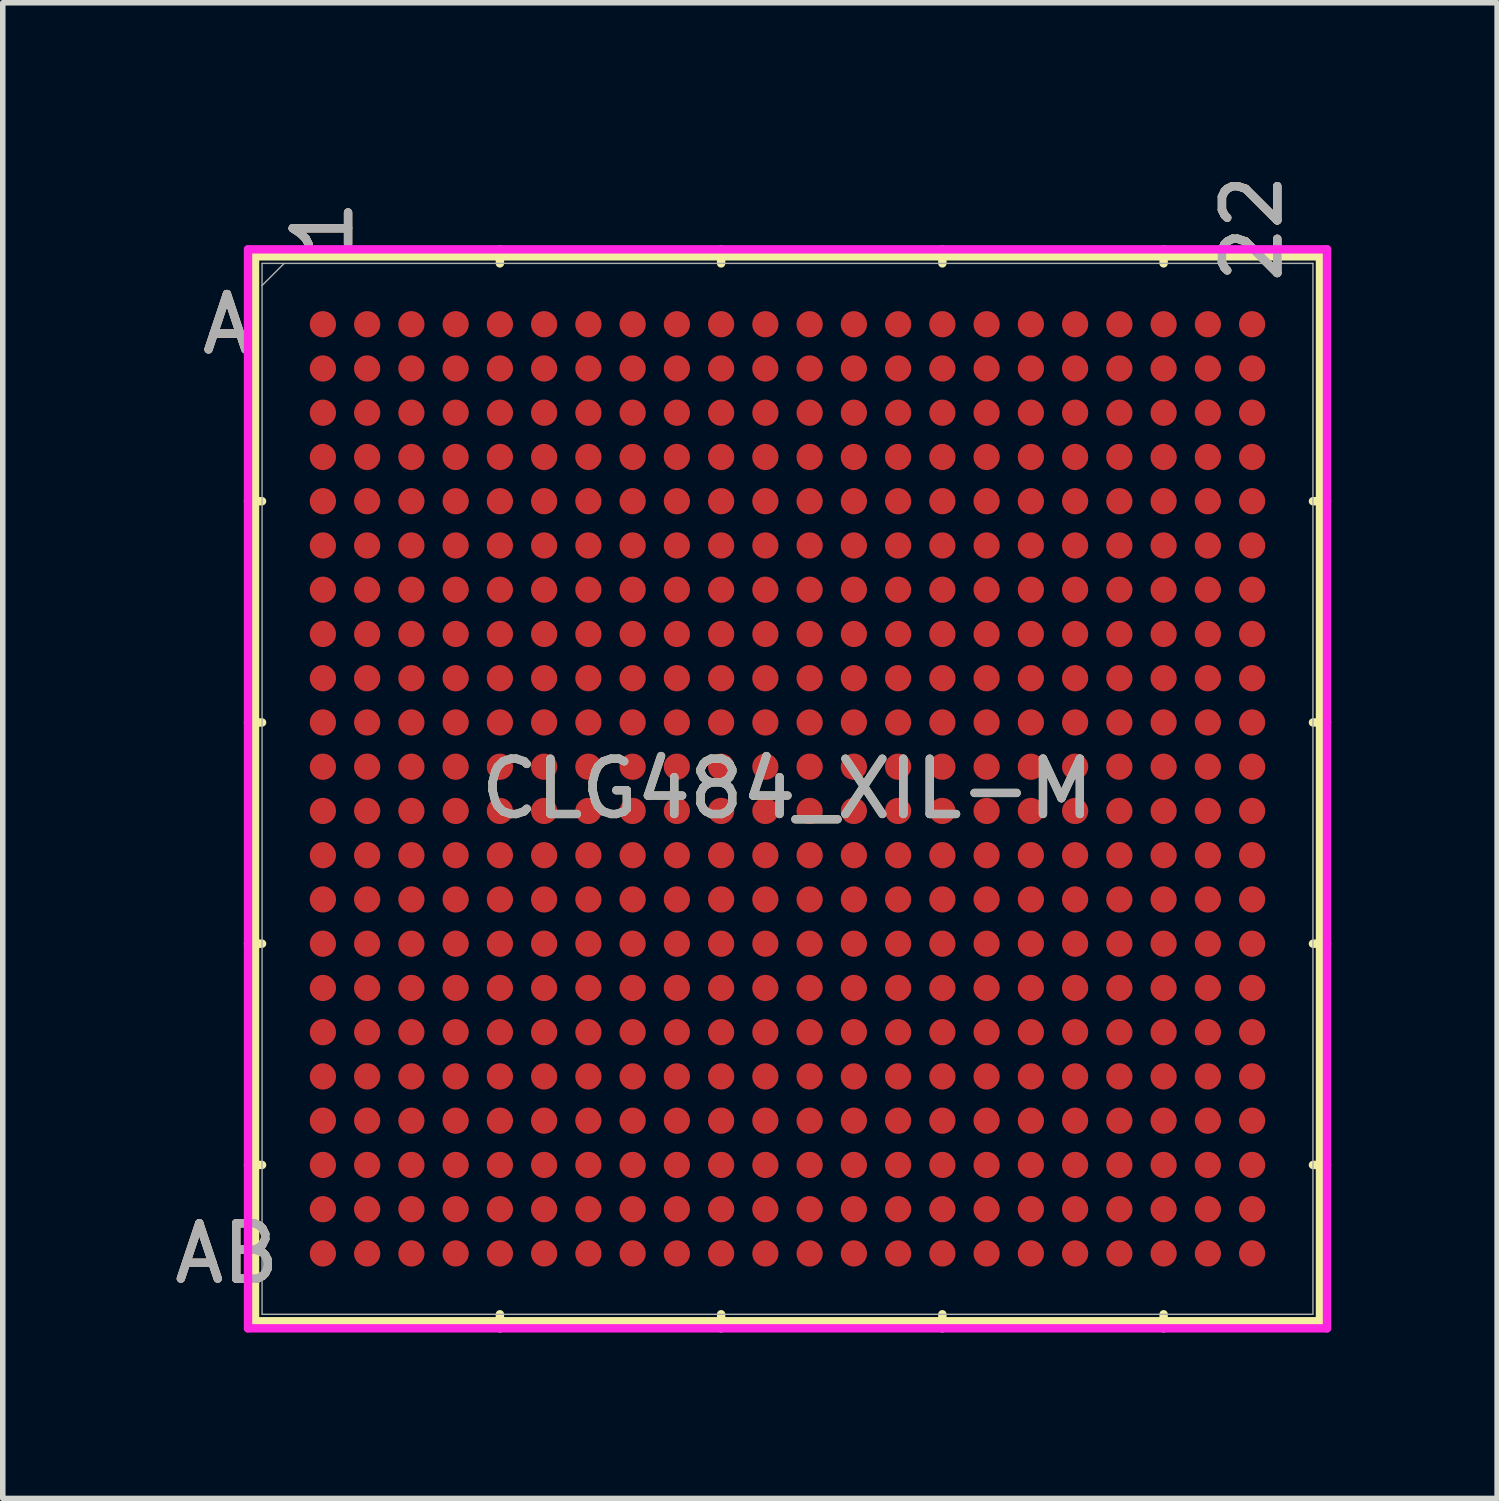
<source format=kicad_pcb>
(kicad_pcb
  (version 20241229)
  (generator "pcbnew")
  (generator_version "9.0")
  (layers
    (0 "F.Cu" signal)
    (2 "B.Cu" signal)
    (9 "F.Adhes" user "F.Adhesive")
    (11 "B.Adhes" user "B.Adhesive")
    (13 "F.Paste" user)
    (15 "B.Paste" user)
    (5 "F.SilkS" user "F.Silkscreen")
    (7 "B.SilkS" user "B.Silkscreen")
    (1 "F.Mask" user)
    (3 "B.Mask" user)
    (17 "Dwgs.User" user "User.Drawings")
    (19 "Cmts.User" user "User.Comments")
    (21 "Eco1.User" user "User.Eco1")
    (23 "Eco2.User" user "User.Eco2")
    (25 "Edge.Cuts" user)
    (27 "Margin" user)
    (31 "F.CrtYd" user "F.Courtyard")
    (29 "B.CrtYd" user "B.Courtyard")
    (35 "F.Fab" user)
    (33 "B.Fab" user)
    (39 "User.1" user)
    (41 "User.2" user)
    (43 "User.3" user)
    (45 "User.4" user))
  (footprint "CLG484_XIL-M"
    (layer "F.Cu")
    (at 11.188 11.212)
    (property "Reference" "CLG484_XIL-M" (at 0 0 0) (unlocked yes) (layer "F.SilkS") (effects (font (size 1 1) (thickness 0.15))))
    (attr smd)
    (fp_line (start -9.627 -9.627) (end -9.627 9.627) (stroke (width 0.152) (type solid)) (layer "F.SilkS"))
    (fp_line (start -9.627 9.627) (end 9.627 9.627) (stroke (width 0.152) (type solid)) (layer "F.SilkS"))
    (fp_line (start -9.5 -5.2) (end -9.754 -5.2) (stroke (width 0.152) (type solid)) (layer "F.SilkS"))
    (fp_line (start -9.5 -1.2) (end -9.754 -1.2) (stroke (width 0.152) (type solid)) (layer "F.SilkS"))
    (fp_line (start -9.5 2.8) (end -9.754 2.8) (stroke (width 0.152) (type solid)) (layer "F.SilkS"))
    (fp_line (start -9.5 6.8) (end -9.754 6.8) (stroke (width 0.152) (type solid)) (layer "F.SilkS"))
    (fp_line (start -5.2 -9.5) (end -5.2 -9.754) (stroke (width 0.152) (type solid)) (layer "F.SilkS"))
    (fp_line (start -5.2 9.5) (end -5.2 9.754) (stroke (width 0.152) (type solid)) (layer "F.SilkS"))
    (fp_line (start -1.2 -9.5) (end -1.2 -9.754) (stroke (width 0.152) (type solid)) (layer "F.SilkS"))
    (fp_line (start -1.2 9.5) (end -1.2 9.754) (stroke (width 0.152) (type solid)) (layer "F.SilkS"))
    (fp_line (start 2.8 -9.5) (end 2.8 -9.754) (stroke (width 0.152) (type solid)) (layer "F.SilkS"))
    (fp_line (start 2.8 9.5) (end 2.8 9.754) (stroke (width 0.152) (type solid)) (layer "F.SilkS"))
    (fp_line (start 6.8 -9.5) (end 6.8 -9.754) (stroke (width 0.152) (type solid)) (layer "F.SilkS"))
    (fp_line (start 6.8 9.5) (end 6.8 9.754) (stroke (width 0.152) (type solid)) (layer "F.SilkS"))
    (fp_line (start 9.5 -5.2) (end 9.754 -5.2) (stroke (width 0.152) (type solid)) (layer "F.SilkS"))
    (fp_line (start 9.5 -1.2) (end 9.754 -1.2) (stroke (width 0.152) (type solid)) (layer "F.SilkS"))
    (fp_line (start 9.5 2.8) (end 9.754 2.8) (stroke (width 0.152) (type solid)) (layer "F.SilkS"))
    (fp_line (start 9.5 6.8) (end 9.754 6.8) (stroke (width 0.152) (type solid)) (layer "F.SilkS"))
    (fp_line (start 9.627 -9.627) (end -9.627 -9.627) (stroke (width 0.152) (type solid)) (layer "F.SilkS"))
    (fp_line (start 9.627 9.627) (end 9.627 -9.627) (stroke (width 0.152) (type solid)) (layer "F.SilkS"))
    (fp_poly (pts (xy -9.244 -9.244) (xy 9.244 -9.244) (xy 9.244 9.244) (xy -9.244 9.244)) (stroke (width 0.1) (type solid)) (fill no) (layer "Eco2.User"))
    (fp_line (start -9.754 -9.754) (end 9.754 -9.754) (stroke (width 0.152) (type solid)) (layer "F.CrtYd"))
    (fp_line (start -9.754 9.754) (end -9.754 -9.754) (stroke (width 0.152) (type solid)) (layer "F.CrtYd"))
    (fp_line (start 9.754 -9.754) (end 9.754 9.754) (stroke (width 0.152) (type solid)) (layer "F.CrtYd"))
    (fp_line (start 9.754 9.754) (end -9.754 9.754) (stroke (width 0.152) (type solid)) (layer "F.CrtYd"))
    (fp_line (start -9.5 -9.5) (end -9.5 9.5) (stroke (width 0.025) (type solid)) (layer "F.Fab"))
    (fp_line (start -9.5 9.5) (end 9.5 9.5) (stroke (width 0.025) (type solid)) (layer "F.Fab"))
    (fp_line (start -9.1 -9.5) (end -9.5 -9.1) (stroke (width 0.025) (type solid)) (layer "F.Fab"))
    (fp_line (start 9.5 -9.5) (end -9.5 -9.5) (stroke (width 0.025) (type solid)) (layer "F.Fab"))
    (fp_line (start 9.5 9.5) (end 9.5 -9.5) (stroke (width 0.025) (type solid)) (layer "F.Fab"))
    (fp_text user "22" (at 8.4 -10.135 90) (unlocked yes) (layer "F.SilkS") (effects (font (size 1 1) (thickness 0.15))))
    (fp_text user "A" (at -10.135 -8.4 0) (unlocked yes) (layer "F.SilkS") (effects (font (size 1 1) (thickness 0.15))))
    (fp_text user "1" (at -8.4 -10.135 90) (unlocked yes) (layer "F.SilkS") (effects (font (size 1 1) (thickness 0.15))))
    (fp_text user "AB" (at -10.135 8.4 0) (unlocked yes) (layer "F.SilkS") (effects (font (size 1 1) (thickness 0.15))))
    (fp_text user "1" (at -8.4 -10.135 90) (unlocked yes) (layer "B.SilkS") (effects (font (size 1 1) (thickness 0.15))))
    (fp_text user "AB" (at -10.135 8.4 0) (unlocked yes) (layer "B.SilkS") (effects (font (size 1 1) (thickness 0.15))))
    (fp_text user "22" (at 8.4 -10.135 90) (unlocked yes) (layer "B.SilkS") (effects (font (size 1 1) (thickness 0.15))))
    (fp_text user "A" (at -10.135 -8.4 0) (unlocked yes) (layer "B.SilkS") (effects (font (size 1 1) (thickness 0.15))))
    (fp_text user "22" (at 8.4 -10.135 90) (unlocked yes) (layer "F.Fab") (effects (font (size 1 1) (thickness 0.15))))
    (fp_text user "1" (at -8.4 -10.135 90) (unlocked yes) (layer "F.Fab") (effects (font (size 1 1) (thickness 0.15))))
    (fp_text user "AB" (at -10.135 8.4 0) (unlocked yes) (layer "F.Fab") (effects (font (size 1 1) (thickness 0.15))))
    (fp_text user "${REFERENCE}" (at 0 0 0) (unlocked yes) (layer "F.Fab") (effects (font (size 1 1) (thickness 0.15))))
    (fp_text user "A" (at -10.135 -8.4 0) (unlocked yes) (layer "F.Fab") (effects (font (size 1 1) (thickness 0.15))))
    (pad "A1" smd circle (at -8.4 -8.4) (size 0.475 0.475) (layers "F.Cu" "F.Mask" "F.Paste"))
    (pad "A2" smd circle (at -7.6 -8.4) (size 0.475 0.475) (layers "F.Cu" "F.Mask" "F.Paste"))
    (pad "A3" smd circle (at -6.8 -8.4) (size 0.475 0.475) (layers "F.Cu" "F.Mask" "F.Paste"))
    (pad "A4" smd circle (at -6 -8.4) (size 0.475 0.475) (layers "F.Cu" "F.Mask" "F.Paste"))
    (pad "A5" smd circle (at -5.2 -8.4) (size 0.475 0.475) (layers "F.Cu" "F.Mask" "F.Paste"))
    (pad "A6" smd circle (at -4.4 -8.4) (size 0.475 0.475) (layers "F.Cu" "F.Mask" "F.Paste"))
    (pad "A7" smd circle (at -3.6 -8.4) (size 0.475 0.475) (layers "F.Cu" "F.Mask" "F.Paste"))
    (pad "A8" smd circle (at -2.8 -8.4) (size 0.475 0.475) (layers "F.Cu" "F.Mask" "F.Paste"))
    (pad "A9" smd circle (at -2 -8.4) (size 0.475 0.475) (layers "F.Cu" "F.Mask" "F.Paste"))
    (pad "A10" smd circle (at -1.2 -8.4) (size 0.475 0.475) (layers "F.Cu" "F.Mask" "F.Paste"))
    (pad "A11" smd circle (at -0.4 -8.4) (size 0.475 0.475) (layers "F.Cu" "F.Mask" "F.Paste"))
    (pad "A12" smd circle (at 0.4 -8.4) (size 0.475 0.475) (layers "F.Cu" "F.Mask" "F.Paste"))
    (pad "A13" smd circle (at 1.2 -8.4) (size 0.475 0.475) (layers "F.Cu" "F.Mask" "F.Paste"))
    (pad "A14" smd circle (at 2 -8.4) (size 0.475 0.475) (layers "F.Cu" "F.Mask" "F.Paste"))
    (pad "A15" smd circle (at 2.8 -8.4) (size 0.475 0.475) (layers "F.Cu" "F.Mask" "F.Paste"))
    (pad "A16" smd circle (at 3.6 -8.4) (size 0.475 0.475) (layers "F.Cu" "F.Mask" "F.Paste"))
    (pad "A17" smd circle (at 4.4 -8.4) (size 0.475 0.475) (layers "F.Cu" "F.Mask" "F.Paste"))
    (pad "A18" smd circle (at 5.2 -8.4) (size 0.475 0.475) (layers "F.Cu" "F.Mask" "F.Paste"))
    (pad "A19" smd circle (at 6 -8.4) (size 0.475 0.475) (layers "F.Cu" "F.Mask" "F.Paste"))
    (pad "A20" smd circle (at 6.8 -8.4) (size 0.475 0.475) (layers "F.Cu" "F.Mask" "F.Paste"))
    (pad "A21" smd circle (at 7.6 -8.4) (size 0.475 0.475) (layers "F.Cu" "F.Mask" "F.Paste"))
    (pad "A22" smd circle (at 8.4 -8.4) (size 0.475 0.475) (layers "F.Cu" "F.Mask" "F.Paste"))
    (pad "AA1" smd circle (at -8.4 7.6) (size 0.475 0.475) (layers "F.Cu" "F.Mask" "F.Paste"))
    (pad "AA2" smd circle (at -7.6 7.6) (size 0.475 0.475) (layers "F.Cu" "F.Mask" "F.Paste"))
    (pad "AA3" smd circle (at -6.8 7.6) (size 0.475 0.475) (layers "F.Cu" "F.Mask" "F.Paste"))
    (pad "AA4" smd circle (at -6 7.6) (size 0.475 0.475) (layers "F.Cu" "F.Mask" "F.Paste"))
    (pad "AA5" smd circle (at -5.2 7.6) (size 0.475 0.475) (layers "F.Cu" "F.Mask" "F.Paste"))
    (pad "AA6" smd circle (at -4.4 7.6) (size 0.475 0.475) (layers "F.Cu" "F.Mask" "F.Paste"))
    (pad "AA7" smd circle (at -3.6 7.6) (size 0.475 0.475) (layers "F.Cu" "F.Mask" "F.Paste"))
    (pad "AA8" smd circle (at -2.8 7.6) (size 0.475 0.475) (layers "F.Cu" "F.Mask" "F.Paste"))
    (pad "AA9" smd circle (at -2 7.6) (size 0.475 0.475) (layers "F.Cu" "F.Mask" "F.Paste"))
    (pad "AA10" smd circle (at -1.2 7.6) (size 0.475 0.475) (layers "F.Cu" "F.Mask" "F.Paste"))
    (pad "AA11" smd circle (at -0.4 7.6) (size 0.475 0.475) (layers "F.Cu" "F.Mask" "F.Paste"))
    (pad "AA12" smd circle (at 0.4 7.6) (size 0.475 0.475) (layers "F.Cu" "F.Mask" "F.Paste"))
    (pad "AA13" smd circle (at 1.2 7.6) (size 0.475 0.475) (layers "F.Cu" "F.Mask" "F.Paste"))
    (pad "AA14" smd circle (at 2 7.6) (size 0.475 0.475) (layers "F.Cu" "F.Mask" "F.Paste"))
    (pad "AA15" smd circle (at 2.8 7.6) (size 0.475 0.475) (layers "F.Cu" "F.Mask" "F.Paste"))
    (pad "AA16" smd circle (at 3.6 7.6) (size 0.475 0.475) (layers "F.Cu" "F.Mask" "F.Paste"))
    (pad "AA17" smd circle (at 4.4 7.6) (size 0.475 0.475) (layers "F.Cu" "F.Mask" "F.Paste"))
    (pad "AA18" smd circle (at 5.2 7.6) (size 0.475 0.475) (layers "F.Cu" "F.Mask" "F.Paste"))
    (pad "AA19" smd circle (at 6 7.6) (size 0.475 0.475) (layers "F.Cu" "F.Mask" "F.Paste"))
    (pad "AA20" smd circle (at 6.8 7.6) (size 0.475 0.475) (layers "F.Cu" "F.Mask" "F.Paste"))
    (pad "AA21" smd circle (at 7.6 7.6) (size 0.475 0.475) (layers "F.Cu" "F.Mask" "F.Paste"))
    (pad "AA22" smd circle (at 8.4 7.6) (size 0.475 0.475) (layers "F.Cu" "F.Mask" "F.Paste"))
    (pad "AB1" smd circle (at -8.4 8.4) (size 0.475 0.475) (layers "F.Cu" "F.Mask" "F.Paste"))
    (pad "AB2" smd circle (at -7.6 8.4) (size 0.475 0.475) (layers "F.Cu" "F.Mask" "F.Paste"))
    (pad "AB3" smd circle (at -6.8 8.4) (size 0.475 0.475) (layers "F.Cu" "F.Mask" "F.Paste"))
    (pad "AB4" smd circle (at -6 8.4) (size 0.475 0.475) (layers "F.Cu" "F.Mask" "F.Paste"))
    (pad "AB5" smd circle (at -5.2 8.4) (size 0.475 0.475) (layers "F.Cu" "F.Mask" "F.Paste"))
    (pad "AB6" smd circle (at -4.4 8.4) (size 0.475 0.475) (layers "F.Cu" "F.Mask" "F.Paste"))
    (pad "AB7" smd circle (at -3.6 8.4) (size 0.475 0.475) (layers "F.Cu" "F.Mask" "F.Paste"))
    (pad "AB8" smd circle (at -2.8 8.4) (size 0.475 0.475) (layers "F.Cu" "F.Mask" "F.Paste"))
    (pad "AB9" smd circle (at -2 8.4) (size 0.475 0.475) (layers "F.Cu" "F.Mask" "F.Paste"))
    (pad "AB10" smd circle (at -1.2 8.4) (size 0.475 0.475) (layers "F.Cu" "F.Mask" "F.Paste"))
    (pad "AB11" smd circle (at -0.4 8.4) (size 0.475 0.475) (layers "F.Cu" "F.Mask" "F.Paste"))
    (pad "AB12" smd circle (at 0.4 8.4) (size 0.475 0.475) (layers "F.Cu" "F.Mask" "F.Paste"))
    (pad "AB13" smd circle (at 1.2 8.4) (size 0.475 0.475) (layers "F.Cu" "F.Mask" "F.Paste"))
    (pad "AB14" smd circle (at 2 8.4) (size 0.475 0.475) (layers "F.Cu" "F.Mask" "F.Paste"))
    (pad "AB15" smd circle (at 2.8 8.4) (size 0.475 0.475) (layers "F.Cu" "F.Mask" "F.Paste"))
    (pad "AB16" smd circle (at 3.6 8.4) (size 0.475 0.475) (layers "F.Cu" "F.Mask" "F.Paste"))
    (pad "AB17" smd circle (at 4.4 8.4) (size 0.475 0.475) (layers "F.Cu" "F.Mask" "F.Paste"))
    (pad "AB18" smd circle (at 5.2 8.4) (size 0.475 0.475) (layers "F.Cu" "F.Mask" "F.Paste"))
    (pad "AB19" smd circle (at 6 8.4) (size 0.475 0.475) (layers "F.Cu" "F.Mask" "F.Paste"))
    (pad "AB20" smd circle (at 6.8 8.4) (size 0.475 0.475) (layers "F.Cu" "F.Mask" "F.Paste"))
    (pad "AB21" smd circle (at 7.6 8.4) (size 0.475 0.475) (layers "F.Cu" "F.Mask" "F.Paste"))
    (pad "AB22" smd circle (at 8.4 8.4) (size 0.475 0.475) (layers "F.Cu" "F.Mask" "F.Paste"))
    (pad "B1" smd circle (at -8.4 -7.6) (size 0.475 0.475) (layers "F.Cu" "F.Mask" "F.Paste"))
    (pad "B2" smd circle (at -7.6 -7.6) (size 0.475 0.475) (layers "F.Cu" "F.Mask" "F.Paste"))
    (pad "B3" smd circle (at -6.8 -7.6) (size 0.475 0.475) (layers "F.Cu" "F.Mask" "F.Paste"))
    (pad "B4" smd circle (at -6 -7.6) (size 0.475 0.475) (layers "F.Cu" "F.Mask" "F.Paste"))
    (pad "B5" smd circle (at -5.2 -7.6) (size 0.475 0.475) (layers "F.Cu" "F.Mask" "F.Paste"))
    (pad "B6" smd circle (at -4.4 -7.6) (size 0.475 0.475) (layers "F.Cu" "F.Mask" "F.Paste"))
    (pad "B7" smd circle (at -3.6 -7.6) (size 0.475 0.475) (layers "F.Cu" "F.Mask" "F.Paste"))
    (pad "B8" smd circle (at -2.8 -7.6) (size 0.475 0.475) (layers "F.Cu" "F.Mask" "F.Paste"))
    (pad "B9" smd circle (at -2 -7.6) (size 0.475 0.475) (layers "F.Cu" "F.Mask" "F.Paste"))
    (pad "B10" smd circle (at -1.2 -7.6) (size 0.475 0.475) (layers "F.Cu" "F.Mask" "F.Paste"))
    (pad "B11" smd circle (at -0.4 -7.6) (size 0.475 0.475) (layers "F.Cu" "F.Mask" "F.Paste"))
    (pad "B12" smd circle (at 0.4 -7.6) (size 0.475 0.475) (layers "F.Cu" "F.Mask" "F.Paste"))
    (pad "B13" smd circle (at 1.2 -7.6) (size 0.475 0.475) (layers "F.Cu" "F.Mask" "F.Paste"))
    (pad "B14" smd circle (at 2 -7.6) (size 0.475 0.475) (layers "F.Cu" "F.Mask" "F.Paste"))
    (pad "B15" smd circle (at 2.8 -7.6) (size 0.475 0.475) (layers "F.Cu" "F.Mask" "F.Paste"))
    (pad "B16" smd circle (at 3.6 -7.6) (size 0.475 0.475) (layers "F.Cu" "F.Mask" "F.Paste"))
    (pad "B17" smd circle (at 4.4 -7.6) (size 0.475 0.475) (layers "F.Cu" "F.Mask" "F.Paste"))
    (pad "B18" smd circle (at 5.2 -7.6) (size 0.475 0.475) (layers "F.Cu" "F.Mask" "F.Paste"))
    (pad "B19" smd circle (at 6 -7.6) (size 0.475 0.475) (layers "F.Cu" "F.Mask" "F.Paste"))
    (pad "B20" smd circle (at 6.8 -7.6) (size 0.475 0.475) (layers "F.Cu" "F.Mask" "F.Paste"))
    (pad "B21" smd circle (at 7.6 -7.6) (size 0.475 0.475) (layers "F.Cu" "F.Mask" "F.Paste"))
    (pad "B22" smd circle (at 8.4 -7.6) (size 0.475 0.475) (layers "F.Cu" "F.Mask" "F.Paste"))
    (pad "C1" smd circle (at -8.4 -6.8) (size 0.475 0.475) (layers "F.Cu" "F.Mask" "F.Paste"))
    (pad "C2" smd circle (at -7.6 -6.8) (size 0.475 0.475) (layers "F.Cu" "F.Mask" "F.Paste"))
    (pad "C3" smd circle (at -6.8 -6.8) (size 0.475 0.475) (layers "F.Cu" "F.Mask" "F.Paste"))
    (pad "C4" smd circle (at -6 -6.8) (size 0.475 0.475) (layers "F.Cu" "F.Mask" "F.Paste"))
    (pad "C5" smd circle (at -5.2 -6.8) (size 0.475 0.475) (layers "F.Cu" "F.Mask" "F.Paste"))
    (pad "C6" smd circle (at -4.4 -6.8) (size 0.475 0.475) (layers "F.Cu" "F.Mask" "F.Paste"))
    (pad "C7" smd circle (at -3.6 -6.8) (size 0.475 0.475) (layers "F.Cu" "F.Mask" "F.Paste"))
    (pad "C8" smd circle (at -2.8 -6.8) (size 0.475 0.475) (layers "F.Cu" "F.Mask" "F.Paste"))
    (pad "C9" smd circle (at -2 -6.8) (size 0.475 0.475) (layers "F.Cu" "F.Mask" "F.Paste"))
    (pad "C10" smd circle (at -1.2 -6.8) (size 0.475 0.475) (layers "F.Cu" "F.Mask" "F.Paste"))
    (pad "C11" smd circle (at -0.4 -6.8) (size 0.475 0.475) (layers "F.Cu" "F.Mask" "F.Paste"))
    (pad "C12" smd circle (at 0.4 -6.8) (size 0.475 0.475) (layers "F.Cu" "F.Mask" "F.Paste"))
    (pad "C13" smd circle (at 1.2 -6.8) (size 0.475 0.475) (layers "F.Cu" "F.Mask" "F.Paste"))
    (pad "C14" smd circle (at 2 -6.8) (size 0.475 0.475) (layers "F.Cu" "F.Mask" "F.Paste"))
    (pad "C15" smd circle (at 2.8 -6.8) (size 0.475 0.475) (layers "F.Cu" "F.Mask" "F.Paste"))
    (pad "C16" smd circle (at 3.6 -6.8) (size 0.475 0.475) (layers "F.Cu" "F.Mask" "F.Paste"))
    (pad "C17" smd circle (at 4.4 -6.8) (size 0.475 0.475) (layers "F.Cu" "F.Mask" "F.Paste"))
    (pad "C18" smd circle (at 5.2 -6.8) (size 0.475 0.475) (layers "F.Cu" "F.Mask" "F.Paste"))
    (pad "C19" smd circle (at 6 -6.8) (size 0.475 0.475) (layers "F.Cu" "F.Mask" "F.Paste"))
    (pad "C20" smd circle (at 6.8 -6.8) (size 0.475 0.475) (layers "F.Cu" "F.Mask" "F.Paste"))
    (pad "C21" smd circle (at 7.6 -6.8) (size 0.475 0.475) (layers "F.Cu" "F.Mask" "F.Paste"))
    (pad "C22" smd circle (at 8.4 -6.8) (size 0.475 0.475) (layers "F.Cu" "F.Mask" "F.Paste"))
    (pad "D1" smd circle (at -8.4 -6) (size 0.475 0.475) (layers "F.Cu" "F.Mask" "F.Paste"))
    (pad "D2" smd circle (at -7.6 -6) (size 0.475 0.475) (layers "F.Cu" "F.Mask" "F.Paste"))
    (pad "D3" smd circle (at -6.8 -6) (size 0.475 0.475) (layers "F.Cu" "F.Mask" "F.Paste"))
    (pad "D4" smd circle (at -6 -6) (size 0.475 0.475) (layers "F.Cu" "F.Mask" "F.Paste"))
    (pad "D5" smd circle (at -5.2 -6) (size 0.475 0.475) (layers "F.Cu" "F.Mask" "F.Paste"))
    (pad "D6" smd circle (at -4.4 -6) (size 0.475 0.475) (layers "F.Cu" "F.Mask" "F.Paste"))
    (pad "D7" smd circle (at -3.6 -6) (size 0.475 0.475) (layers "F.Cu" "F.Mask" "F.Paste"))
    (pad "D8" smd circle (at -2.8 -6) (size 0.475 0.475) (layers "F.Cu" "F.Mask" "F.Paste"))
    (pad "D9" smd circle (at -2 -6) (size 0.475 0.475) (layers "F.Cu" "F.Mask" "F.Paste"))
    (pad "D10" smd circle (at -1.2 -6) (size 0.475 0.475) (layers "F.Cu" "F.Mask" "F.Paste"))
    (pad "D11" smd circle (at -0.4 -6) (size 0.475 0.475) (layers "F.Cu" "F.Mask" "F.Paste"))
    (pad "D12" smd circle (at 0.4 -6) (size 0.475 0.475) (layers "F.Cu" "F.Mask" "F.Paste"))
    (pad "D13" smd circle (at 1.2 -6) (size 0.475 0.475) (layers "F.Cu" "F.Mask" "F.Paste"))
    (pad "D14" smd circle (at 2 -6) (size 0.475 0.475) (layers "F.Cu" "F.Mask" "F.Paste"))
    (pad "D15" smd circle (at 2.8 -6) (size 0.475 0.475) (layers "F.Cu" "F.Mask" "F.Paste"))
    (pad "D16" smd circle (at 3.6 -6) (size 0.475 0.475) (layers "F.Cu" "F.Mask" "F.Paste"))
    (pad "D17" smd circle (at 4.4 -6) (size 0.475 0.475) (layers "F.Cu" "F.Mask" "F.Paste"))
    (pad "D18" smd circle (at 5.2 -6) (size 0.475 0.475) (layers "F.Cu" "F.Mask" "F.Paste"))
    (pad "D19" smd circle (at 6 -6) (size 0.475 0.475) (layers "F.Cu" "F.Mask" "F.Paste"))
    (pad "D20" smd circle (at 6.8 -6) (size 0.475 0.475) (layers "F.Cu" "F.Mask" "F.Paste"))
    (pad "D21" smd circle (at 7.6 -6) (size 0.475 0.475) (layers "F.Cu" "F.Mask" "F.Paste"))
    (pad "D22" smd circle (at 8.4 -6) (size 0.475 0.475) (layers "F.Cu" "F.Mask" "F.Paste"))
    (pad "E1" smd circle (at -8.4 -5.2) (size 0.475 0.475) (layers "F.Cu" "F.Mask" "F.Paste"))
    (pad "E2" smd circle (at -7.6 -5.2) (size 0.475 0.475) (layers "F.Cu" "F.Mask" "F.Paste"))
    (pad "E3" smd circle (at -6.8 -5.2) (size 0.475 0.475) (layers "F.Cu" "F.Mask" "F.Paste"))
    (pad "E4" smd circle (at -6 -5.2) (size 0.475 0.475) (layers "F.Cu" "F.Mask" "F.Paste"))
    (pad "E5" smd circle (at -5.2 -5.2) (size 0.475 0.475) (layers "F.Cu" "F.Mask" "F.Paste"))
    (pad "E6" smd circle (at -4.4 -5.2) (size 0.475 0.475) (layers "F.Cu" "F.Mask" "F.Paste"))
    (pad "E7" smd circle (at -3.6 -5.2) (size 0.475 0.475) (layers "F.Cu" "F.Mask" "F.Paste"))
    (pad "E8" smd circle (at -2.8 -5.2) (size 0.475 0.475) (layers "F.Cu" "F.Mask" "F.Paste"))
    (pad "E9" smd circle (at -2 -5.2) (size 0.475 0.475) (layers "F.Cu" "F.Mask" "F.Paste"))
    (pad "E10" smd circle (at -1.2 -5.2) (size 0.475 0.475) (layers "F.Cu" "F.Mask" "F.Paste"))
    (pad "E11" smd circle (at -0.4 -5.2) (size 0.475 0.475) (layers "F.Cu" "F.Mask" "F.Paste"))
    (pad "E12" smd circle (at 0.4 -5.2) (size 0.475 0.475) (layers "F.Cu" "F.Mask" "F.Paste"))
    (pad "E13" smd circle (at 1.2 -5.2) (size 0.475 0.475) (layers "F.Cu" "F.Mask" "F.Paste"))
    (pad "E14" smd circle (at 2 -5.2) (size 0.475 0.475) (layers "F.Cu" "F.Mask" "F.Paste"))
    (pad "E15" smd circle (at 2.8 -5.2) (size 0.475 0.475) (layers "F.Cu" "F.Mask" "F.Paste"))
    (pad "E16" smd circle (at 3.6 -5.2) (size 0.475 0.475) (layers "F.Cu" "F.Mask" "F.Paste"))
    (pad "E17" smd circle (at 4.4 -5.2) (size 0.475 0.475) (layers "F.Cu" "F.Mask" "F.Paste"))
    (pad "E18" smd circle (at 5.2 -5.2) (size 0.475 0.475) (layers "F.Cu" "F.Mask" "F.Paste"))
    (pad "E19" smd circle (at 6 -5.2) (size 0.475 0.475) (layers "F.Cu" "F.Mask" "F.Paste"))
    (pad "E20" smd circle (at 6.8 -5.2) (size 0.475 0.475) (layers "F.Cu" "F.Mask" "F.Paste"))
    (pad "E21" smd circle (at 7.6 -5.2) (size 0.475 0.475) (layers "F.Cu" "F.Mask" "F.Paste"))
    (pad "E22" smd circle (at 8.4 -5.2) (size 0.475 0.475) (layers "F.Cu" "F.Mask" "F.Paste"))
    (pad "F1" smd circle (at -8.4 -4.4) (size 0.475 0.475) (layers "F.Cu" "F.Mask" "F.Paste"))
    (pad "F2" smd circle (at -7.6 -4.4) (size 0.475 0.475) (layers "F.Cu" "F.Mask" "F.Paste"))
    (pad "F3" smd circle (at -6.8 -4.4) (size 0.475 0.475) (layers "F.Cu" "F.Mask" "F.Paste"))
    (pad "F4" smd circle (at -6 -4.4) (size 0.475 0.475) (layers "F.Cu" "F.Mask" "F.Paste"))
    (pad "F5" smd circle (at -5.2 -4.4) (size 0.475 0.475) (layers "F.Cu" "F.Mask" "F.Paste"))
    (pad "F6" smd circle (at -4.4 -4.4) (size 0.475 0.475) (layers "F.Cu" "F.Mask" "F.Paste"))
    (pad "F7" smd circle (at -3.6 -4.4) (size 0.475 0.475) (layers "F.Cu" "F.Mask" "F.Paste"))
    (pad "F8" smd circle (at -2.8 -4.4) (size 0.475 0.475) (layers "F.Cu" "F.Mask" "F.Paste"))
    (pad "F9" smd circle (at -2 -4.4) (size 0.475 0.475) (layers "F.Cu" "F.Mask" "F.Paste"))
    (pad "F10" smd circle (at -1.2 -4.4) (size 0.475 0.475) (layers "F.Cu" "F.Mask" "F.Paste"))
    (pad "F11" smd circle (at -0.4 -4.4) (size 0.475 0.475) (layers "F.Cu" "F.Mask" "F.Paste"))
    (pad "F12" smd circle (at 0.4 -4.4) (size 0.475 0.475) (layers "F.Cu" "F.Mask" "F.Paste"))
    (pad "F13" smd circle (at 1.2 -4.4) (size 0.475 0.475) (layers "F.Cu" "F.Mask" "F.Paste"))
    (pad "F14" smd circle (at 2 -4.4) (size 0.475 0.475) (layers "F.Cu" "F.Mask" "F.Paste"))
    (pad "F15" smd circle (at 2.8 -4.4) (size 0.475 0.475) (layers "F.Cu" "F.Mask" "F.Paste"))
    (pad "F16" smd circle (at 3.6 -4.4) (size 0.475 0.475) (layers "F.Cu" "F.Mask" "F.Paste"))
    (pad "F17" smd circle (at 4.4 -4.4) (size 0.475 0.475) (layers "F.Cu" "F.Mask" "F.Paste"))
    (pad "F18" smd circle (at 5.2 -4.4) (size 0.475 0.475) (layers "F.Cu" "F.Mask" "F.Paste"))
    (pad "F19" smd circle (at 6 -4.4) (size 0.475 0.475) (layers "F.Cu" "F.Mask" "F.Paste"))
    (pad "F20" smd circle (at 6.8 -4.4) (size 0.475 0.475) (layers "F.Cu" "F.Mask" "F.Paste"))
    (pad "F21" smd circle (at 7.6 -4.4) (size 0.475 0.475) (layers "F.Cu" "F.Mask" "F.Paste"))
    (pad "F22" smd circle (at 8.4 -4.4) (size 0.475 0.475) (layers "F.Cu" "F.Mask" "F.Paste"))
    (pad "G1" smd circle (at -8.4 -3.6) (size 0.475 0.475) (layers "F.Cu" "F.Mask" "F.Paste"))
    (pad "G2" smd circle (at -7.6 -3.6) (size 0.475 0.475) (layers "F.Cu" "F.Mask" "F.Paste"))
    (pad "G3" smd circle (at -6.8 -3.6) (size 0.475 0.475) (layers "F.Cu" "F.Mask" "F.Paste"))
    (pad "G4" smd circle (at -6 -3.6) (size 0.475 0.475) (layers "F.Cu" "F.Mask" "F.Paste"))
    (pad "G5" smd circle (at -5.2 -3.6) (size 0.475 0.475) (layers "F.Cu" "F.Mask" "F.Paste"))
    (pad "G6" smd circle (at -4.4 -3.6) (size 0.475 0.475) (layers "F.Cu" "F.Mask" "F.Paste"))
    (pad "G7" smd circle (at -3.6 -3.6) (size 0.475 0.475) (layers "F.Cu" "F.Mask" "F.Paste"))
    (pad "G8" smd circle (at -2.8 -3.6) (size 0.475 0.475) (layers "F.Cu" "F.Mask" "F.Paste"))
    (pad "G9" smd circle (at -2 -3.6) (size 0.475 0.475) (layers "F.Cu" "F.Mask" "F.Paste"))
    (pad "G10" smd circle (at -1.2 -3.6) (size 0.475 0.475) (layers "F.Cu" "F.Mask" "F.Paste"))
    (pad "G11" smd circle (at -0.4 -3.6) (size 0.475 0.475) (layers "F.Cu" "F.Mask" "F.Paste"))
    (pad "G12" smd circle (at 0.4 -3.6) (size 0.475 0.475) (layers "F.Cu" "F.Mask" "F.Paste"))
    (pad "G13" smd circle (at 1.2 -3.6) (size 0.475 0.475) (layers "F.Cu" "F.Mask" "F.Paste"))
    (pad "G14" smd circle (at 2 -3.6) (size 0.475 0.475) (layers "F.Cu" "F.Mask" "F.Paste"))
    (pad "G15" smd circle (at 2.8 -3.6) (size 0.475 0.475) (layers "F.Cu" "F.Mask" "F.Paste"))
    (pad "G16" smd circle (at 3.6 -3.6) (size 0.475 0.475) (layers "F.Cu" "F.Mask" "F.Paste"))
    (pad "G17" smd circle (at 4.4 -3.6) (size 0.475 0.475) (layers "F.Cu" "F.Mask" "F.Paste"))
    (pad "G18" smd circle (at 5.2 -3.6) (size 0.475 0.475) (layers "F.Cu" "F.Mask" "F.Paste"))
    (pad "G19" smd circle (at 6 -3.6) (size 0.475 0.475) (layers "F.Cu" "F.Mask" "F.Paste"))
    (pad "G20" smd circle (at 6.8 -3.6) (size 0.475 0.475) (layers "F.Cu" "F.Mask" "F.Paste"))
    (pad "G21" smd circle (at 7.6 -3.6) (size 0.475 0.475) (layers "F.Cu" "F.Mask" "F.Paste"))
    (pad "G22" smd circle (at 8.4 -3.6) (size 0.475 0.475) (layers "F.Cu" "F.Mask" "F.Paste"))
    (pad "H1" smd circle (at -8.4 -2.8) (size 0.475 0.475) (layers "F.Cu" "F.Mask" "F.Paste"))
    (pad "H2" smd circle (at -7.6 -2.8) (size 0.475 0.475) (layers "F.Cu" "F.Mask" "F.Paste"))
    (pad "H3" smd circle (at -6.8 -2.8) (size 0.475 0.475) (layers "F.Cu" "F.Mask" "F.Paste"))
    (pad "H4" smd circle (at -6 -2.8) (size 0.475 0.475) (layers "F.Cu" "F.Mask" "F.Paste"))
    (pad "H5" smd circle (at -5.2 -2.8) (size 0.475 0.475) (layers "F.Cu" "F.Mask" "F.Paste"))
    (pad "H6" smd circle (at -4.4 -2.8) (size 0.475 0.475) (layers "F.Cu" "F.Mask" "F.Paste"))
    (pad "H7" smd circle (at -3.6 -2.8) (size 0.475 0.475) (layers "F.Cu" "F.Mask" "F.Paste"))
    (pad "H8" smd circle (at -2.8 -2.8) (size 0.475 0.475) (layers "F.Cu" "F.Mask" "F.Paste"))
    (pad "H9" smd circle (at -2 -2.8) (size 0.475 0.475) (layers "F.Cu" "F.Mask" "F.Paste"))
    (pad "H10" smd circle (at -1.2 -2.8) (size 0.475 0.475) (layers "F.Cu" "F.Mask" "F.Paste"))
    (pad "H11" smd circle (at -0.4 -2.8) (size 0.475 0.475) (layers "F.Cu" "F.Mask" "F.Paste"))
    (pad "H12" smd circle (at 0.4 -2.8) (size 0.475 0.475) (layers "F.Cu" "F.Mask" "F.Paste"))
    (pad "H13" smd circle (at 1.2 -2.8) (size 0.475 0.475) (layers "F.Cu" "F.Mask" "F.Paste"))
    (pad "H14" smd circle (at 2 -2.8) (size 0.475 0.475) (layers "F.Cu" "F.Mask" "F.Paste"))
    (pad "H15" smd circle (at 2.8 -2.8) (size 0.475 0.475) (layers "F.Cu" "F.Mask" "F.Paste"))
    (pad "H16" smd circle (at 3.6 -2.8) (size 0.475 0.475) (layers "F.Cu" "F.Mask" "F.Paste"))
    (pad "H17" smd circle (at 4.4 -2.8) (size 0.475 0.475) (layers "F.Cu" "F.Mask" "F.Paste"))
    (pad "H18" smd circle (at 5.2 -2.8) (size 0.475 0.475) (layers "F.Cu" "F.Mask" "F.Paste"))
    (pad "H19" smd circle (at 6 -2.8) (size 0.475 0.475) (layers "F.Cu" "F.Mask" "F.Paste"))
    (pad "H20" smd circle (at 6.8 -2.8) (size 0.475 0.475) (layers "F.Cu" "F.Mask" "F.Paste"))
    (pad "H21" smd circle (at 7.6 -2.8) (size 0.475 0.475) (layers "F.Cu" "F.Mask" "F.Paste"))
    (pad "H22" smd circle (at 8.4 -2.8) (size 0.475 0.475) (layers "F.Cu" "F.Mask" "F.Paste"))
    (pad "J1" smd circle (at -8.4 -2) (size 0.475 0.475) (layers "F.Cu" "F.Mask" "F.Paste"))
    (pad "J2" smd circle (at -7.6 -2) (size 0.475 0.475) (layers "F.Cu" "F.Mask" "F.Paste"))
    (pad "J3" smd circle (at -6.8 -2) (size 0.475 0.475) (layers "F.Cu" "F.Mask" "F.Paste"))
    (pad "J4" smd circle (at -6 -2) (size 0.475 0.475) (layers "F.Cu" "F.Mask" "F.Paste"))
    (pad "J5" smd circle (at -5.2 -2) (size 0.475 0.475) (layers "F.Cu" "F.Mask" "F.Paste"))
    (pad "J6" smd circle (at -4.4 -2) (size 0.475 0.475) (layers "F.Cu" "F.Mask" "F.Paste"))
    (pad "J7" smd circle (at -3.6 -2) (size 0.475 0.475) (layers "F.Cu" "F.Mask" "F.Paste"))
    (pad "J8" smd circle (at -2.8 -2) (size 0.475 0.475) (layers "F.Cu" "F.Mask" "F.Paste"))
    (pad "J9" smd circle (at -2 -2) (size 0.475 0.475) (layers "F.Cu" "F.Mask" "F.Paste"))
    (pad "J10" smd circle (at -1.2 -2) (size 0.475 0.475) (layers "F.Cu" "F.Mask" "F.Paste"))
    (pad "J11" smd circle (at -0.4 -2) (size 0.475 0.475) (layers "F.Cu" "F.Mask" "F.Paste"))
    (pad "J12" smd circle (at 0.4 -2) (size 0.475 0.475) (layers "F.Cu" "F.Mask" "F.Paste"))
    (pad "J13" smd circle (at 1.2 -2) (size 0.475 0.475) (layers "F.Cu" "F.Mask" "F.Paste"))
    (pad "J14" smd circle (at 2 -2) (size 0.475 0.475) (layers "F.Cu" "F.Mask" "F.Paste"))
    (pad "J15" smd circle (at 2.8 -2) (size 0.475 0.475) (layers "F.Cu" "F.Mask" "F.Paste"))
    (pad "J16" smd circle (at 3.6 -2) (size 0.475 0.475) (layers "F.Cu" "F.Mask" "F.Paste"))
    (pad "J17" smd circle (at 4.4 -2) (size 0.475 0.475) (layers "F.Cu" "F.Mask" "F.Paste"))
    (pad "J18" smd circle (at 5.2 -2) (size 0.475 0.475) (layers "F.Cu" "F.Mask" "F.Paste"))
    (pad "J19" smd circle (at 6 -2) (size 0.475 0.475) (layers "F.Cu" "F.Mask" "F.Paste"))
    (pad "J20" smd circle (at 6.8 -2) (size 0.475 0.475) (layers "F.Cu" "F.Mask" "F.Paste"))
    (pad "J21" smd circle (at 7.6 -2) (size 0.475 0.475) (layers "F.Cu" "F.Mask" "F.Paste"))
    (pad "J22" smd circle (at 8.4 -2) (size 0.475 0.475) (layers "F.Cu" "F.Mask" "F.Paste"))
    (pad "K1" smd circle (at -8.4 -1.2) (size 0.475 0.475) (layers "F.Cu" "F.Mask" "F.Paste"))
    (pad "K2" smd circle (at -7.6 -1.2) (size 0.475 0.475) (layers "F.Cu" "F.Mask" "F.Paste"))
    (pad "K3" smd circle (at -6.8 -1.2) (size 0.475 0.475) (layers "F.Cu" "F.Mask" "F.Paste"))
    (pad "K4" smd circle (at -6 -1.2) (size 0.475 0.475) (layers "F.Cu" "F.Mask" "F.Paste"))
    (pad "K5" smd circle (at -5.2 -1.2) (size 0.475 0.475) (layers "F.Cu" "F.Mask" "F.Paste"))
    (pad "K6" smd circle (at -4.4 -1.2) (size 0.475 0.475) (layers "F.Cu" "F.Mask" "F.Paste"))
    (pad "K7" smd circle (at -3.6 -1.2) (size 0.475 0.475) (layers "F.Cu" "F.Mask" "F.Paste"))
    (pad "K8" smd circle (at -2.8 -1.2) (size 0.475 0.475) (layers "F.Cu" "F.Mask" "F.Paste"))
    (pad "K9" smd circle (at -2 -1.2) (size 0.475 0.475) (layers "F.Cu" "F.Mask" "F.Paste"))
    (pad "K10" smd circle (at -1.2 -1.2) (size 0.475 0.475) (layers "F.Cu" "F.Mask" "F.Paste"))
    (pad "K11" smd circle (at -0.4 -1.2) (size 0.475 0.475) (layers "F.Cu" "F.Mask" "F.Paste"))
    (pad "K12" smd circle (at 0.4 -1.2) (size 0.475 0.475) (layers "F.Cu" "F.Mask" "F.Paste"))
    (pad "K13" smd circle (at 1.2 -1.2) (size 0.475 0.475) (layers "F.Cu" "F.Mask" "F.Paste"))
    (pad "K14" smd circle (at 2 -1.2) (size 0.475 0.475) (layers "F.Cu" "F.Mask" "F.Paste"))
    (pad "K15" smd circle (at 2.8 -1.2) (size 0.475 0.475) (layers "F.Cu" "F.Mask" "F.Paste"))
    (pad "K16" smd circle (at 3.6 -1.2) (size 0.475 0.475) (layers "F.Cu" "F.Mask" "F.Paste"))
    (pad "K17" smd circle (at 4.4 -1.2) (size 0.475 0.475) (layers "F.Cu" "F.Mask" "F.Paste"))
    (pad "K18" smd circle (at 5.2 -1.2) (size 0.475 0.475) (layers "F.Cu" "F.Mask" "F.Paste"))
    (pad "K19" smd circle (at 6 -1.2) (size 0.475 0.475) (layers "F.Cu" "F.Mask" "F.Paste"))
    (pad "K20" smd circle (at 6.8 -1.2) (size 0.475 0.475) (layers "F.Cu" "F.Mask" "F.Paste"))
    (pad "K21" smd circle (at 7.6 -1.2) (size 0.475 0.475) (layers "F.Cu" "F.Mask" "F.Paste"))
    (pad "K22" smd circle (at 8.4 -1.2) (size 0.475 0.475) (layers "F.Cu" "F.Mask" "F.Paste"))
    (pad "L1" smd circle (at -8.4 -0.4) (size 0.475 0.475) (layers "F.Cu" "F.Mask" "F.Paste"))
    (pad "L2" smd circle (at -7.6 -0.4) (size 0.475 0.475) (layers "F.Cu" "F.Mask" "F.Paste"))
    (pad "L3" smd circle (at -6.8 -0.4) (size 0.475 0.475) (layers "F.Cu" "F.Mask" "F.Paste"))
    (pad "L4" smd circle (at -6 -0.4) (size 0.475 0.475) (layers "F.Cu" "F.Mask" "F.Paste"))
    (pad "L5" smd circle (at -5.2 -0.4) (size 0.475 0.475) (layers "F.Cu" "F.Mask" "F.Paste"))
    (pad "L6" smd circle (at -4.4 -0.4) (size 0.475 0.475) (layers "F.Cu" "F.Mask" "F.Paste"))
    (pad "L7" smd circle (at -3.6 -0.4) (size 0.475 0.475) (layers "F.Cu" "F.Mask" "F.Paste"))
    (pad "L8" smd circle (at -2.8 -0.4) (size 0.475 0.475) (layers "F.Cu" "F.Mask" "F.Paste"))
    (pad "L9" smd circle (at -2 -0.4) (size 0.475 0.475) (layers "F.Cu" "F.Mask" "F.Paste"))
    (pad "L10" smd circle (at -1.2 -0.4) (size 0.475 0.475) (layers "F.Cu" "F.Mask" "F.Paste"))
    (pad "L11" smd circle (at -0.4 -0.4) (size 0.475 0.475) (layers "F.Cu" "F.Mask" "F.Paste"))
    (pad "L12" smd circle (at 0.4 -0.4) (size 0.475 0.475) (layers "F.Cu" "F.Mask" "F.Paste"))
    (pad "L13" smd circle (at 1.2 -0.4) (size 0.475 0.475) (layers "F.Cu" "F.Mask" "F.Paste"))
    (pad "L14" smd circle (at 2 -0.4) (size 0.475 0.475) (layers "F.Cu" "F.Mask" "F.Paste"))
    (pad "L15" smd circle (at 2.8 -0.4) (size 0.475 0.475) (layers "F.Cu" "F.Mask" "F.Paste"))
    (pad "L16" smd circle (at 3.6 -0.4) (size 0.475 0.475) (layers "F.Cu" "F.Mask" "F.Paste"))
    (pad "L17" smd circle (at 4.4 -0.4) (size 0.475 0.475) (layers "F.Cu" "F.Mask" "F.Paste"))
    (pad "L18" smd circle (at 5.2 -0.4) (size 0.475 0.475) (layers "F.Cu" "F.Mask" "F.Paste"))
    (pad "L19" smd circle (at 6 -0.4) (size 0.475 0.475) (layers "F.Cu" "F.Mask" "F.Paste"))
    (pad "L20" smd circle (at 6.8 -0.4) (size 0.475 0.475) (layers "F.Cu" "F.Mask" "F.Paste"))
    (pad "L21" smd circle (at 7.6 -0.4) (size 0.475 0.475) (layers "F.Cu" "F.Mask" "F.Paste"))
    (pad "L22" smd circle (at 8.4 -0.4) (size 0.475 0.475) (layers "F.Cu" "F.Mask" "F.Paste"))
    (pad "M1" smd circle (at -8.4 0.4) (size 0.475 0.475) (layers "F.Cu" "F.Mask" "F.Paste"))
    (pad "M2" smd circle (at -7.6 0.4) (size 0.475 0.475) (layers "F.Cu" "F.Mask" "F.Paste"))
    (pad "M3" smd circle (at -6.8 0.4) (size 0.475 0.475) (layers "F.Cu" "F.Mask" "F.Paste"))
    (pad "M4" smd circle (at -6 0.4) (size 0.475 0.475) (layers "F.Cu" "F.Mask" "F.Paste"))
    (pad "M5" smd circle (at -5.2 0.4) (size 0.475 0.475) (layers "F.Cu" "F.Mask" "F.Paste"))
    (pad "M6" smd circle (at -4.4 0.4) (size 0.475 0.475) (layers "F.Cu" "F.Mask" "F.Paste"))
    (pad "M7" smd circle (at -3.6 0.4) (size 0.475 0.475) (layers "F.Cu" "F.Mask" "F.Paste"))
    (pad "M8" smd circle (at -2.8 0.4) (size 0.475 0.475) (layers "F.Cu" "F.Mask" "F.Paste"))
    (pad "M9" smd circle (at -2 0.4) (size 0.475 0.475) (layers "F.Cu" "F.Mask" "F.Paste"))
    (pad "M10" smd circle (at -1.2 0.4) (size 0.475 0.475) (layers "F.Cu" "F.Mask" "F.Paste"))
    (pad "M11" smd circle (at -0.4 0.4) (size 0.475 0.475) (layers "F.Cu" "F.Mask" "F.Paste"))
    (pad "M12" smd circle (at 0.4 0.4) (size 0.475 0.475) (layers "F.Cu" "F.Mask" "F.Paste"))
    (pad "M13" smd circle (at 1.2 0.4) (size 0.475 0.475) (layers "F.Cu" "F.Mask" "F.Paste"))
    (pad "M14" smd circle (at 2 0.4) (size 0.475 0.475) (layers "F.Cu" "F.Mask" "F.Paste"))
    (pad "M15" smd circle (at 2.8 0.4) (size 0.475 0.475) (layers "F.Cu" "F.Mask" "F.Paste"))
    (pad "M16" smd circle (at 3.6 0.4) (size 0.475 0.475) (layers "F.Cu" "F.Mask" "F.Paste"))
    (pad "M17" smd circle (at 4.4 0.4) (size 0.475 0.475) (layers "F.Cu" "F.Mask" "F.Paste"))
    (pad "M18" smd circle (at 5.2 0.4) (size 0.475 0.475) (layers "F.Cu" "F.Mask" "F.Paste"))
    (pad "M19" smd circle (at 6 0.4) (size 0.475 0.475) (layers "F.Cu" "F.Mask" "F.Paste"))
    (pad "M20" smd circle (at 6.8 0.4) (size 0.475 0.475) (layers "F.Cu" "F.Mask" "F.Paste"))
    (pad "M21" smd circle (at 7.6 0.4) (size 0.475 0.475) (layers "F.Cu" "F.Mask" "F.Paste"))
    (pad "M22" smd circle (at 8.4 0.4) (size 0.475 0.475) (layers "F.Cu" "F.Mask" "F.Paste"))
    (pad "N1" smd circle (at -8.4 1.2) (size 0.475 0.475) (layers "F.Cu" "F.Mask" "F.Paste"))
    (pad "N2" smd circle (at -7.6 1.2) (size 0.475 0.475) (layers "F.Cu" "F.Mask" "F.Paste"))
    (pad "N3" smd circle (at -6.8 1.2) (size 0.475 0.475) (layers "F.Cu" "F.Mask" "F.Paste"))
    (pad "N4" smd circle (at -6 1.2) (size 0.475 0.475) (layers "F.Cu" "F.Mask" "F.Paste"))
    (pad "N5" smd circle (at -5.2 1.2) (size 0.475 0.475) (layers "F.Cu" "F.Mask" "F.Paste"))
    (pad "N6" smd circle (at -4.4 1.2) (size 0.475 0.475) (layers "F.Cu" "F.Mask" "F.Paste"))
    (pad "N7" smd circle (at -3.6 1.2) (size 0.475 0.475) (layers "F.Cu" "F.Mask" "F.Paste"))
    (pad "N8" smd circle (at -2.8 1.2) (size 0.475 0.475) (layers "F.Cu" "F.Mask" "F.Paste"))
    (pad "N9" smd circle (at -2 1.2) (size 0.475 0.475) (layers "F.Cu" "F.Mask" "F.Paste"))
    (pad "N10" smd circle (at -1.2 1.2) (size 0.475 0.475) (layers "F.Cu" "F.Mask" "F.Paste"))
    (pad "N11" smd circle (at -0.4 1.2) (size 0.475 0.475) (layers "F.Cu" "F.Mask" "F.Paste"))
    (pad "N12" smd circle (at 0.4 1.2) (size 0.475 0.475) (layers "F.Cu" "F.Mask" "F.Paste"))
    (pad "N13" smd circle (at 1.2 1.2) (size 0.475 0.475) (layers "F.Cu" "F.Mask" "F.Paste"))
    (pad "N14" smd circle (at 2 1.2) (size 0.475 0.475) (layers "F.Cu" "F.Mask" "F.Paste"))
    (pad "N15" smd circle (at 2.8 1.2) (size 0.475 0.475) (layers "F.Cu" "F.Mask" "F.Paste"))
    (pad "N16" smd circle (at 3.6 1.2) (size 0.475 0.475) (layers "F.Cu" "F.Mask" "F.Paste"))
    (pad "N17" smd circle (at 4.4 1.2) (size 0.475 0.475) (layers "F.Cu" "F.Mask" "F.Paste"))
    (pad "N18" smd circle (at 5.2 1.2) (size 0.475 0.475) (layers "F.Cu" "F.Mask" "F.Paste"))
    (pad "N19" smd circle (at 6 1.2) (size 0.475 0.475) (layers "F.Cu" "F.Mask" "F.Paste"))
    (pad "N20" smd circle (at 6.8 1.2) (size 0.475 0.475) (layers "F.Cu" "F.Mask" "F.Paste"))
    (pad "N21" smd circle (at 7.6 1.2) (size 0.475 0.475) (layers "F.Cu" "F.Mask" "F.Paste"))
    (pad "N22" smd circle (at 8.4 1.2) (size 0.475 0.475) (layers "F.Cu" "F.Mask" "F.Paste"))
    (pad "P1" smd circle (at -8.4 2) (size 0.475 0.475) (layers "F.Cu" "F.Mask" "F.Paste"))
    (pad "P2" smd circle (at -7.6 2) (size 0.475 0.475) (layers "F.Cu" "F.Mask" "F.Paste"))
    (pad "P3" smd circle (at -6.8 2) (size 0.475 0.475) (layers "F.Cu" "F.Mask" "F.Paste"))
    (pad "P4" smd circle (at -6 2) (size 0.475 0.475) (layers "F.Cu" "F.Mask" "F.Paste"))
    (pad "P5" smd circle (at -5.2 2) (size 0.475 0.475) (layers "F.Cu" "F.Mask" "F.Paste"))
    (pad "P6" smd circle (at -4.4 2) (size 0.475 0.475) (layers "F.Cu" "F.Mask" "F.Paste"))
    (pad "P7" smd circle (at -3.6 2) (size 0.475 0.475) (layers "F.Cu" "F.Mask" "F.Paste"))
    (pad "P8" smd circle (at -2.8 2) (size 0.475 0.475) (layers "F.Cu" "F.Mask" "F.Paste"))
    (pad "P9" smd circle (at -2 2) (size 0.475 0.475) (layers "F.Cu" "F.Mask" "F.Paste"))
    (pad "P10" smd circle (at -1.2 2) (size 0.475 0.475) (layers "F.Cu" "F.Mask" "F.Paste"))
    (pad "P11" smd circle (at -0.4 2) (size 0.475 0.475) (layers "F.Cu" "F.Mask" "F.Paste"))
    (pad "P12" smd circle (at 0.4 2) (size 0.475 0.475) (layers "F.Cu" "F.Mask" "F.Paste"))
    (pad "P13" smd circle (at 1.2 2) (size 0.475 0.475) (layers "F.Cu" "F.Mask" "F.Paste"))
    (pad "P14" smd circle (at 2 2) (size 0.475 0.475) (layers "F.Cu" "F.Mask" "F.Paste"))
    (pad "P15" smd circle (at 2.8 2) (size 0.475 0.475) (layers "F.Cu" "F.Mask" "F.Paste"))
    (pad "P16" smd circle (at 3.6 2) (size 0.475 0.475) (layers "F.Cu" "F.Mask" "F.Paste"))
    (pad "P17" smd circle (at 4.4 2) (size 0.475 0.475) (layers "F.Cu" "F.Mask" "F.Paste"))
    (pad "P18" smd circle (at 5.2 2) (size 0.475 0.475) (layers "F.Cu" "F.Mask" "F.Paste"))
    (pad "P19" smd circle (at 6 2) (size 0.475 0.475) (layers "F.Cu" "F.Mask" "F.Paste"))
    (pad "P20" smd circle (at 6.8 2) (size 0.475 0.475) (layers "F.Cu" "F.Mask" "F.Paste"))
    (pad "P21" smd circle (at 7.6 2) (size 0.475 0.475) (layers "F.Cu" "F.Mask" "F.Paste"))
    (pad "P22" smd circle (at 8.4 2) (size 0.475 0.475) (layers "F.Cu" "F.Mask" "F.Paste"))
    (pad "R1" smd circle (at -8.4 2.8) (size 0.475 0.475) (layers "F.Cu" "F.Mask" "F.Paste"))
    (pad "R2" smd circle (at -7.6 2.8) (size 0.475 0.475) (layers "F.Cu" "F.Mask" "F.Paste"))
    (pad "R3" smd circle (at -6.8 2.8) (size 0.475 0.475) (layers "F.Cu" "F.Mask" "F.Paste"))
    (pad "R4" smd circle (at -6 2.8) (size 0.475 0.475) (layers "F.Cu" "F.Mask" "F.Paste"))
    (pad "R5" smd circle (at -5.2 2.8) (size 0.475 0.475) (layers "F.Cu" "F.Mask" "F.Paste"))
    (pad "R6" smd circle (at -4.4 2.8) (size 0.475 0.475) (layers "F.Cu" "F.Mask" "F.Paste"))
    (pad "R7" smd circle (at -3.6 2.8) (size 0.475 0.475) (layers "F.Cu" "F.Mask" "F.Paste"))
    (pad "R8" smd circle (at -2.8 2.8) (size 0.475 0.475) (layers "F.Cu" "F.Mask" "F.Paste"))
    (pad "R9" smd circle (at -2 2.8) (size 0.475 0.475) (layers "F.Cu" "F.Mask" "F.Paste"))
    (pad "R10" smd circle (at -1.2 2.8) (size 0.475 0.475) (layers "F.Cu" "F.Mask" "F.Paste"))
    (pad "R11" smd circle (at -0.4 2.8) (size 0.475 0.475) (layers "F.Cu" "F.Mask" "F.Paste"))
    (pad "R12" smd circle (at 0.4 2.8) (size 0.475 0.475) (layers "F.Cu" "F.Mask" "F.Paste"))
    (pad "R13" smd circle (at 1.2 2.8) (size 0.475 0.475) (layers "F.Cu" "F.Mask" "F.Paste"))
    (pad "R14" smd circle (at 2 2.8) (size 0.475 0.475) (layers "F.Cu" "F.Mask" "F.Paste"))
    (pad "R15" smd circle (at 2.8 2.8) (size 0.475 0.475) (layers "F.Cu" "F.Mask" "F.Paste"))
    (pad "R16" smd circle (at 3.6 2.8) (size 0.475 0.475) (layers "F.Cu" "F.Mask" "F.Paste"))
    (pad "R17" smd circle (at 4.4 2.8) (size 0.475 0.475) (layers "F.Cu" "F.Mask" "F.Paste"))
    (pad "R18" smd circle (at 5.2 2.8) (size 0.475 0.475) (layers "F.Cu" "F.Mask" "F.Paste"))
    (pad "R19" smd circle (at 6 2.8) (size 0.475 0.475) (layers "F.Cu" "F.Mask" "F.Paste"))
    (pad "R20" smd circle (at 6.8 2.8) (size 0.475 0.475) (layers "F.Cu" "F.Mask" "F.Paste"))
    (pad "R21" smd circle (at 7.6 2.8) (size 0.475 0.475) (layers "F.Cu" "F.Mask" "F.Paste"))
    (pad "R22" smd circle (at 8.4 2.8) (size 0.475 0.475) (layers "F.Cu" "F.Mask" "F.Paste"))
    (pad "T1" smd circle (at -8.4 3.6) (size 0.475 0.475) (layers "F.Cu" "F.Mask" "F.Paste"))
    (pad "T2" smd circle (at -7.6 3.6) (size 0.475 0.475) (layers "F.Cu" "F.Mask" "F.Paste"))
    (pad "T3" smd circle (at -6.8 3.6) (size 0.475 0.475) (layers "F.Cu" "F.Mask" "F.Paste"))
    (pad "T4" smd circle (at -6 3.6) (size 0.475 0.475) (layers "F.Cu" "F.Mask" "F.Paste"))
    (pad "T5" smd circle (at -5.2 3.6) (size 0.475 0.475) (layers "F.Cu" "F.Mask" "F.Paste"))
    (pad "T6" smd circle (at -4.4 3.6) (size 0.475 0.475) (layers "F.Cu" "F.Mask" "F.Paste"))
    (pad "T7" smd circle (at -3.6 3.6) (size 0.475 0.475) (layers "F.Cu" "F.Mask" "F.Paste"))
    (pad "T8" smd circle (at -2.8 3.6) (size 0.475 0.475) (layers "F.Cu" "F.Mask" "F.Paste"))
    (pad "T9" smd circle (at -2 3.6) (size 0.475 0.475) (layers "F.Cu" "F.Mask" "F.Paste"))
    (pad "T10" smd circle (at -1.2 3.6) (size 0.475 0.475) (layers "F.Cu" "F.Mask" "F.Paste"))
    (pad "T11" smd circle (at -0.4 3.6) (size 0.475 0.475) (layers "F.Cu" "F.Mask" "F.Paste"))
    (pad "T12" smd circle (at 0.4 3.6) (size 0.475 0.475) (layers "F.Cu" "F.Mask" "F.Paste"))
    (pad "T13" smd circle (at 1.2 3.6) (size 0.475 0.475) (layers "F.Cu" "F.Mask" "F.Paste"))
    (pad "T14" smd circle (at 2 3.6) (size 0.475 0.475) (layers "F.Cu" "F.Mask" "F.Paste"))
    (pad "T15" smd circle (at 2.8 3.6) (size 0.475 0.475) (layers "F.Cu" "F.Mask" "F.Paste"))
    (pad "T16" smd circle (at 3.6 3.6) (size 0.475 0.475) (layers "F.Cu" "F.Mask" "F.Paste"))
    (pad "T17" smd circle (at 4.4 3.6) (size 0.475 0.475) (layers "F.Cu" "F.Mask" "F.Paste"))
    (pad "T18" smd circle (at 5.2 3.6) (size 0.475 0.475) (layers "F.Cu" "F.Mask" "F.Paste"))
    (pad "T19" smd circle (at 6 3.6) (size 0.475 0.475) (layers "F.Cu" "F.Mask" "F.Paste"))
    (pad "T20" smd circle (at 6.8 3.6) (size 0.475 0.475) (layers "F.Cu" "F.Mask" "F.Paste"))
    (pad "T21" smd circle (at 7.6 3.6) (size 0.475 0.475) (layers "F.Cu" "F.Mask" "F.Paste"))
    (pad "T22" smd circle (at 8.4 3.6) (size 0.475 0.475) (layers "F.Cu" "F.Mask" "F.Paste"))
    (pad "U1" smd circle (at -8.4 4.4) (size 0.475 0.475) (layers "F.Cu" "F.Mask" "F.Paste"))
    (pad "U2" smd circle (at -7.6 4.4) (size 0.475 0.475) (layers "F.Cu" "F.Mask" "F.Paste"))
    (pad "U3" smd circle (at -6.8 4.4) (size 0.475 0.475) (layers "F.Cu" "F.Mask" "F.Paste"))
    (pad "U4" smd circle (at -6 4.4) (size 0.475 0.475) (layers "F.Cu" "F.Mask" "F.Paste"))
    (pad "U5" smd circle (at -5.2 4.4) (size 0.475 0.475) (layers "F.Cu" "F.Mask" "F.Paste"))
    (pad "U6" smd circle (at -4.4 4.4) (size 0.475 0.475) (layers "F.Cu" "F.Mask" "F.Paste"))
    (pad "U7" smd circle (at -3.6 4.4) (size 0.475 0.475) (layers "F.Cu" "F.Mask" "F.Paste"))
    (pad "U8" smd circle (at -2.8 4.4) (size 0.475 0.475) (layers "F.Cu" "F.Mask" "F.Paste"))
    (pad "U9" smd circle (at -2 4.4) (size 0.475 0.475) (layers "F.Cu" "F.Mask" "F.Paste"))
    (pad "U10" smd circle (at -1.2 4.4) (size 0.475 0.475) (layers "F.Cu" "F.Mask" "F.Paste"))
    (pad "U11" smd circle (at -0.4 4.4) (size 0.475 0.475) (layers "F.Cu" "F.Mask" "F.Paste"))
    (pad "U12" smd circle (at 0.4 4.4) (size 0.475 0.475) (layers "F.Cu" "F.Mask" "F.Paste"))
    (pad "U13" smd circle (at 1.2 4.4) (size 0.475 0.475) (layers "F.Cu" "F.Mask" "F.Paste"))
    (pad "U14" smd circle (at 2 4.4) (size 0.475 0.475) (layers "F.Cu" "F.Mask" "F.Paste"))
    (pad "U15" smd circle (at 2.8 4.4) (size 0.475 0.475) (layers "F.Cu" "F.Mask" "F.Paste"))
    (pad "U16" smd circle (at 3.6 4.4) (size 0.475 0.475) (layers "F.Cu" "F.Mask" "F.Paste"))
    (pad "U17" smd circle (at 4.4 4.4) (size 0.475 0.475) (layers "F.Cu" "F.Mask" "F.Paste"))
    (pad "U18" smd circle (at 5.2 4.4) (size 0.475 0.475) (layers "F.Cu" "F.Mask" "F.Paste"))
    (pad "U19" smd circle (at 6 4.4) (size 0.475 0.475) (layers "F.Cu" "F.Mask" "F.Paste"))
    (pad "U20" smd circle (at 6.8 4.4) (size 0.475 0.475) (layers "F.Cu" "F.Mask" "F.Paste"))
    (pad "U21" smd circle (at 7.6 4.4) (size 0.475 0.475) (layers "F.Cu" "F.Mask" "F.Paste"))
    (pad "U22" smd circle (at 8.4 4.4) (size 0.475 0.475) (layers "F.Cu" "F.Mask" "F.Paste"))
    (pad "V1" smd circle (at -8.4 5.2) (size 0.475 0.475) (layers "F.Cu" "F.Mask" "F.Paste"))
    (pad "V2" smd circle (at -7.6 5.2) (size 0.475 0.475) (layers "F.Cu" "F.Mask" "F.Paste"))
    (pad "V3" smd circle (at -6.8 5.2) (size 0.475 0.475) (layers "F.Cu" "F.Mask" "F.Paste"))
    (pad "V4" smd circle (at -6 5.2) (size 0.475 0.475) (layers "F.Cu" "F.Mask" "F.Paste"))
    (pad "V5" smd circle (at -5.2 5.2) (size 0.475 0.475) (layers "F.Cu" "F.Mask" "F.Paste"))
    (pad "V6" smd circle (at -4.4 5.2) (size 0.475 0.475) (layers "F.Cu" "F.Mask" "F.Paste"))
    (pad "V7" smd circle (at -3.6 5.2) (size 0.475 0.475) (layers "F.Cu" "F.Mask" "F.Paste"))
    (pad "V8" smd circle (at -2.8 5.2) (size 0.475 0.475) (layers "F.Cu" "F.Mask" "F.Paste"))
    (pad "V9" smd circle (at -2 5.2) (size 0.475 0.475) (layers "F.Cu" "F.Mask" "F.Paste"))
    (pad "V10" smd circle (at -1.2 5.2) (size 0.475 0.475) (layers "F.Cu" "F.Mask" "F.Paste"))
    (pad "V11" smd circle (at -0.4 5.2) (size 0.475 0.475) (layers "F.Cu" "F.Mask" "F.Paste"))
    (pad "V12" smd circle (at 0.4 5.2) (size 0.475 0.475) (layers "F.Cu" "F.Mask" "F.Paste"))
    (pad "V13" smd circle (at 1.2 5.2) (size 0.475 0.475) (layers "F.Cu" "F.Mask" "F.Paste"))
    (pad "V14" smd circle (at 2 5.2) (size 0.475 0.475) (layers "F.Cu" "F.Mask" "F.Paste"))
    (pad "V15" smd circle (at 2.8 5.2) (size 0.475 0.475) (layers "F.Cu" "F.Mask" "F.Paste"))
    (pad "V16" smd circle (at 3.6 5.2) (size 0.475 0.475) (layers "F.Cu" "F.Mask" "F.Paste"))
    (pad "V17" smd circle (at 4.4 5.2) (size 0.475 0.475) (layers "F.Cu" "F.Mask" "F.Paste"))
    (pad "V18" smd circle (at 5.2 5.2) (size 0.475 0.475) (layers "F.Cu" "F.Mask" "F.Paste"))
    (pad "V19" smd circle (at 6 5.2) (size 0.475 0.475) (layers "F.Cu" "F.Mask" "F.Paste"))
    (pad "V20" smd circle (at 6.8 5.2) (size 0.475 0.475) (layers "F.Cu" "F.Mask" "F.Paste"))
    (pad "V21" smd circle (at 7.6 5.2) (size 0.475 0.475) (layers "F.Cu" "F.Mask" "F.Paste"))
    (pad "V22" smd circle (at 8.4 5.2) (size 0.475 0.475) (layers "F.Cu" "F.Mask" "F.Paste"))
    (pad "W1" smd circle (at -8.4 6) (size 0.475 0.475) (layers "F.Cu" "F.Mask" "F.Paste"))
    (pad "W2" smd circle (at -7.6 6) (size 0.475 0.475) (layers "F.Cu" "F.Mask" "F.Paste"))
    (pad "W3" smd circle (at -6.8 6) (size 0.475 0.475) (layers "F.Cu" "F.Mask" "F.Paste"))
    (pad "W4" smd circle (at -6 6) (size 0.475 0.475) (layers "F.Cu" "F.Mask" "F.Paste"))
    (pad "W5" smd circle (at -5.2 6) (size 0.475 0.475) (layers "F.Cu" "F.Mask" "F.Paste"))
    (pad "W6" smd circle (at -4.4 6) (size 0.475 0.475) (layers "F.Cu" "F.Mask" "F.Paste"))
    (pad "W7" smd circle (at -3.6 6) (size 0.475 0.475) (layers "F.Cu" "F.Mask" "F.Paste"))
    (pad "W8" smd circle (at -2.8 6) (size 0.475 0.475) (layers "F.Cu" "F.Mask" "F.Paste"))
    (pad "W9" smd circle (at -2 6) (size 0.475 0.475) (layers "F.Cu" "F.Mask" "F.Paste"))
    (pad "W10" smd circle (at -1.2 6) (size 0.475 0.475) (layers "F.Cu" "F.Mask" "F.Paste"))
    (pad "W11" smd circle (at -0.4 6) (size 0.475 0.475) (layers "F.Cu" "F.Mask" "F.Paste"))
    (pad "W12" smd circle (at 0.4 6) (size 0.475 0.475) (layers "F.Cu" "F.Mask" "F.Paste"))
    (pad "W13" smd circle (at 1.2 6) (size 0.475 0.475) (layers "F.Cu" "F.Mask" "F.Paste"))
    (pad "W14" smd circle (at 2 6) (size 0.475 0.475) (layers "F.Cu" "F.Mask" "F.Paste"))
    (pad "W15" smd circle (at 2.8 6) (size 0.475 0.475) (layers "F.Cu" "F.Mask" "F.Paste"))
    (pad "W16" smd circle (at 3.6 6) (size 0.475 0.475) (layers "F.Cu" "F.Mask" "F.Paste"))
    (pad "W17" smd circle (at 4.4 6) (size 0.475 0.475) (layers "F.Cu" "F.Mask" "F.Paste"))
    (pad "W18" smd circle (at 5.2 6) (size 0.475 0.475) (layers "F.Cu" "F.Mask" "F.Paste"))
    (pad "W19" smd circle (at 6 6) (size 0.475 0.475) (layers "F.Cu" "F.Mask" "F.Paste"))
    (pad "W20" smd circle (at 6.8 6) (size 0.475 0.475) (layers "F.Cu" "F.Mask" "F.Paste"))
    (pad "W21" smd circle (at 7.6 6) (size 0.475 0.475) (layers "F.Cu" "F.Mask" "F.Paste"))
    (pad "W22" smd circle (at 8.4 6) (size 0.475 0.475) (layers "F.Cu" "F.Mask" "F.Paste"))
    (pad "Y1" smd circle (at -8.4 6.8) (size 0.475 0.475) (layers "F.Cu" "F.Mask" "F.Paste"))
    (pad "Y2" smd circle (at -7.6 6.8) (size 0.475 0.475) (layers "F.Cu" "F.Mask" "F.Paste"))
    (pad "Y3" smd circle (at -6.8 6.8) (size 0.475 0.475) (layers "F.Cu" "F.Mask" "F.Paste"))
    (pad "Y4" smd circle (at -6 6.8) (size 0.475 0.475) (layers "F.Cu" "F.Mask" "F.Paste"))
    (pad "Y5" smd circle (at -5.2 6.8) (size 0.475 0.475) (layers "F.Cu" "F.Mask" "F.Paste"))
    (pad "Y6" smd circle (at -4.4 6.8) (size 0.475 0.475) (layers "F.Cu" "F.Mask" "F.Paste"))
    (pad "Y7" smd circle (at -3.6 6.8) (size 0.475 0.475) (layers "F.Cu" "F.Mask" "F.Paste"))
    (pad "Y8" smd circle (at -2.8 6.8) (size 0.475 0.475) (layers "F.Cu" "F.Mask" "F.Paste"))
    (pad "Y9" smd circle (at -2 6.8) (size 0.475 0.475) (layers "F.Cu" "F.Mask" "F.Paste"))
    (pad "Y10" smd circle (at -1.2 6.8) (size 0.475 0.475) (layers "F.Cu" "F.Mask" "F.Paste"))
    (pad "Y11" smd circle (at -0.4 6.8) (size 0.475 0.475) (layers "F.Cu" "F.Mask" "F.Paste"))
    (pad "Y12" smd circle (at 0.4 6.8) (size 0.475 0.475) (layers "F.Cu" "F.Mask" "F.Paste"))
    (pad "Y13" smd circle (at 1.2 6.8) (size 0.475 0.475) (layers "F.Cu" "F.Mask" "F.Paste"))
    (pad "Y14" smd circle (at 2 6.8) (size 0.475 0.475) (layers "F.Cu" "F.Mask" "F.Paste"))
    (pad "Y15" smd circle (at 2.8 6.8) (size 0.475 0.475) (layers "F.Cu" "F.Mask" "F.Paste"))
    (pad "Y16" smd circle (at 3.6 6.8) (size 0.475 0.475) (layers "F.Cu" "F.Mask" "F.Paste"))
    (pad "Y17" smd circle (at 4.4 6.8) (size 0.475 0.475) (layers "F.Cu" "F.Mask" "F.Paste"))
    (pad "Y18" smd circle (at 5.2 6.8) (size 0.475 0.475) (layers "F.Cu" "F.Mask" "F.Paste"))
    (pad "Y19" smd circle (at 6 6.8) (size 0.475 0.475) (layers "F.Cu" "F.Mask" "F.Paste"))
    (pad "Y20" smd circle (at 6.8 6.8) (size 0.475 0.475) (layers "F.Cu" "F.Mask" "F.Paste"))
    (pad "Y21" smd circle (at 7.6 6.8) (size 0.475 0.475) (layers "F.Cu" "F.Mask" "F.Paste"))
    (pad "Y22" smd circle (at 8.4 6.8) (size 0.475 0.475) (layers "F.Cu" "F.Mask" "F.Paste")))
  (gr_rect
    (start -3 -3)
    (end 24.018 24.042)
    (stroke (width 0.1) (type default))
    (fill no)
    (layer "Edge.Cuts")))
</source>
